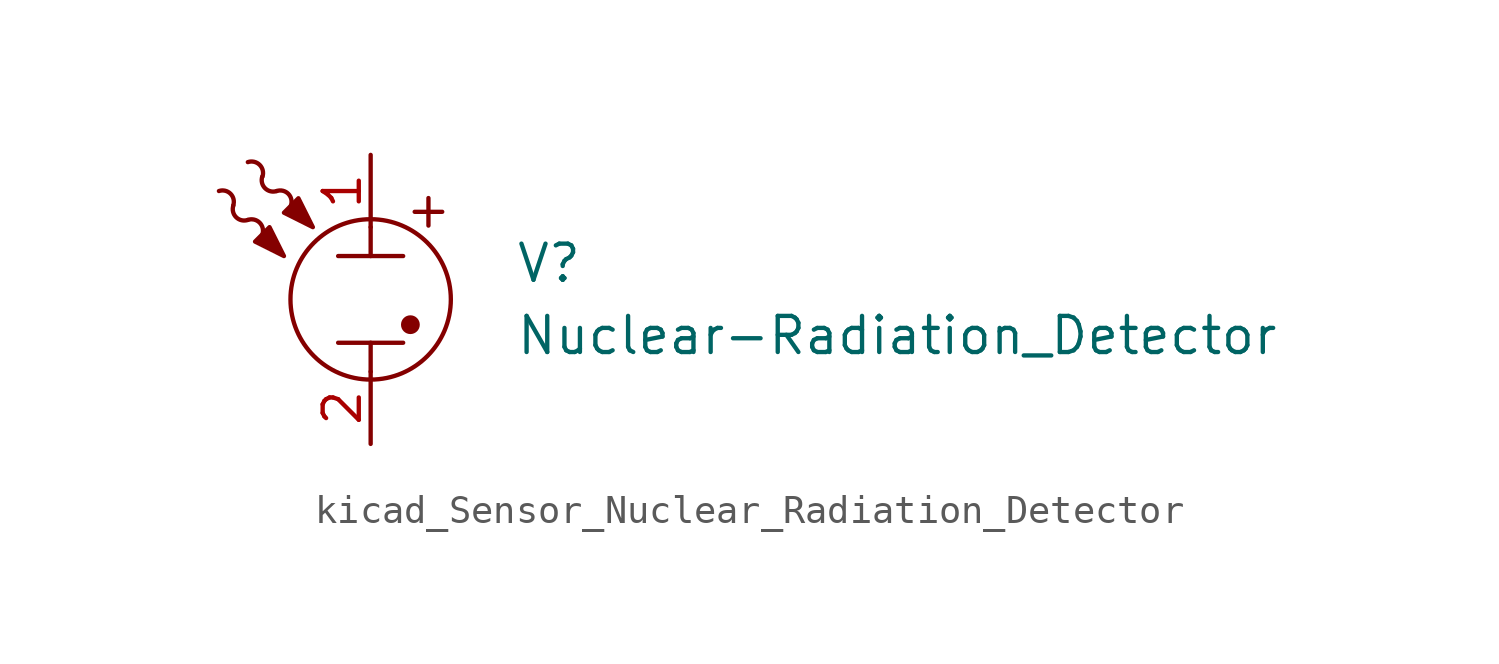
<source format=kicad_sym>
(kicad_symbol_lib
  (version 20220914)
  (generator kicad_symbol_editor)
  (symbol "kicad_Sensor_Nuclear_Radiation_Detector"
    (pin_names
      (offset 0) hide)
    (property "Reference" "V"
      (at 5.08 1.27 0)
      (effects (font (size 1.27 1.27)) (justify left)))
    (property "Value" "Nuclear-Radiation_Detector"
      (at 5.08 -1.27 0)
      (effects (font (size 1.27 1.27)) (justify left)))
    (symbol "kicad_Sensor_Nuclear_Radiation_Detector_0_0"
      (text "+" (at 2.032 3.175 0) (effects (font (size 1.27 1.27)))))
    (symbol "kicad_Sensor_Nuclear_Radiation_Detector_0_1"
      (arc (start -2.794 3.302) (mid -2.891 3.713) (end -3.302 3.81) (stroke (width 0) (type default)) (fill (type none)))
      (polyline (pts (xy -1.143 -1.524) (xy 1.143 -1.524)) (stroke (width 0) (type default)) (fill (type none)))
      (polyline (pts (xy -1.143 1.524) (xy 1.143 1.524)) (stroke (width 0) (type default)) (fill (type none)))
      (polyline (pts (xy 0 -1.524) (xy 0 -2.54)) (stroke (width 0) (type default)) (fill (type none)))
      (polyline (pts (xy 0 2.54) (xy 0 1.524)) (stroke (width 0) (type default)) (fill (type none)))
      (polyline (pts (xy -2.54 3.556) (xy -3.048 3.048) (xy -2.032 2.54) (xy -2.54 3.556)) (stroke (width 0) (type default)) (fill (type outline)))
      (circle (center 0 0) (radius 2.819) (stroke (width 0) (type default)) (fill (type none)))
      (circle (center 1.397 -0.889) (radius 0.254) (stroke (width 0) (type default)) (fill (type outline))))
    (symbol "kicad_Sensor_Nuclear_Radiation_Detector_1_1"
      (arc (start -4.826 3.302) (mid -4.923 3.713) (end -5.334 3.81) (stroke (width 0) (type default)) (fill (type none)))
      (arc (start -4.826 3.302) (mid -4.729 2.891) (end -4.318 2.794) (stroke (width 0) (type default)) (fill (type none)))
      (arc (start -3.81 2.286) (mid -3.907 2.697) (end -4.318 2.794) (stroke (width 0) (type default)) (fill (type none)))
      (arc (start -3.81 4.318) (mid -3.907 4.729) (end -4.318 4.826) (stroke (width 0) (type default)) (fill (type none)))
      (arc (start -3.81 4.318) (mid -3.713 3.907) (end -3.302 3.81) (stroke (width 0) (type default)) (fill (type none)))
      (polyline (pts (xy -3.556 2.54) (xy -4.064 2.032) (xy -3.048 1.524) (xy -3.556 2.54)) (stroke (width 0) (type default)) (fill (type outline)))
      (pin passive line (at 0 5.08 270) (length 2.54) (name "1" (effects (font (size 1.27 1.27)))) (number "1" (effects (font (size 1.27 1.27)))))
      (pin passive line (at 0 -5.08 90) (length 2.54) (name "2" (effects (font (size 1.27 1.27)))) (number "2" (effects (font (size 1.27 1.27))))))))
</source>
